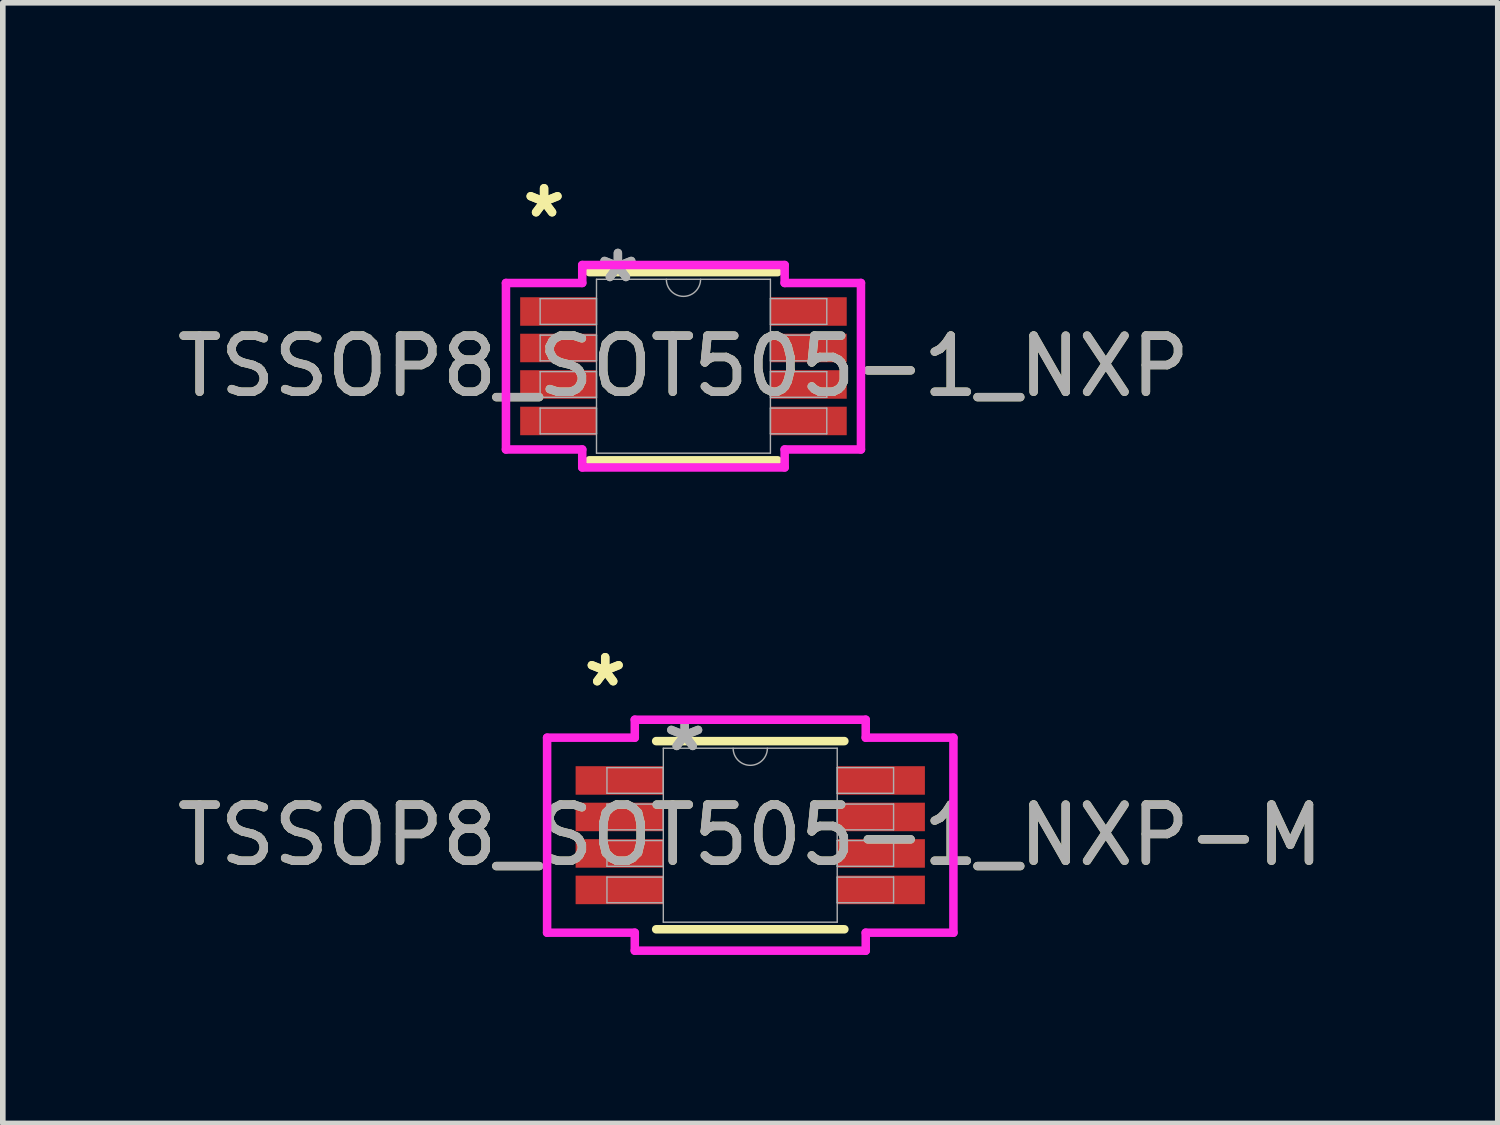
<source format=kicad_pcb>
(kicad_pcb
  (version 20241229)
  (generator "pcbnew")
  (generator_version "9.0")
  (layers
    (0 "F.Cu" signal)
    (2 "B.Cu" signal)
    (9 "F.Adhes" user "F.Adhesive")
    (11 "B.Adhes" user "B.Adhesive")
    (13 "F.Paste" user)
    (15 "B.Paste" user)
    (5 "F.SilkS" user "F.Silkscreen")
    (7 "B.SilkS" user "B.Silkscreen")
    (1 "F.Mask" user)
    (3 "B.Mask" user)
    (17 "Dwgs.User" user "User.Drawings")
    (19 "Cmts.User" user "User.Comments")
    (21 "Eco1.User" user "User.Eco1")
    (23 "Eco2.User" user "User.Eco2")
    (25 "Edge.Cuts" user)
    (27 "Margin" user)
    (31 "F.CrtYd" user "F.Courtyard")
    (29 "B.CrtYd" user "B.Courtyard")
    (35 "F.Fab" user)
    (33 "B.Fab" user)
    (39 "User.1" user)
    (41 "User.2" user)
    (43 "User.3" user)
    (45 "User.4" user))
  (footprint "TSSOP8_SOT505-1_NXP"
    (layer "F.Cu")
    (at 9.125 3.474)
    (property "Reference" "TSSOP8_SOT505-1_NXP" (at 0 0 0) (unlocked yes) (layer "F.SilkS") (effects (font (size 1 1) (thickness 0.15))))
    (attr smd)
    (fp_line (start -1.676 1.676) (end 1.676 1.676) (stroke (width 0.152) (type solid)) (layer "F.SilkS"))
    (fp_line (start 1.676 -1.676) (end -1.676 -1.676) (stroke (width 0.152) (type solid)) (layer "F.SilkS"))
    (fp_line (start -3.162 -1.483) (end -1.803 -1.483) (stroke (width 0.152) (type solid)) (layer "F.CrtYd"))
    (fp_line (start -3.162 1.483) (end -3.162 -1.483) (stroke (width 0.152) (type solid)) (layer "F.CrtYd"))
    (fp_line (start -3.162 1.483) (end -1.803 1.483) (stroke (width 0.152) (type solid)) (layer "F.CrtYd"))
    (fp_line (start -1.803 -1.803) (end 1.803 -1.803) (stroke (width 0.152) (type solid)) (layer "F.CrtYd"))
    (fp_line (start -1.803 -1.483) (end -1.803 -1.803) (stroke (width 0.152) (type solid)) (layer "F.CrtYd"))
    (fp_line (start -1.803 1.803) (end -1.803 1.483) (stroke (width 0.152) (type solid)) (layer "F.CrtYd"))
    (fp_line (start 1.803 -1.803) (end 1.803 -1.483) (stroke (width 0.152) (type solid)) (layer "F.CrtYd"))
    (fp_line (start 1.803 1.483) (end 1.803 1.803) (stroke (width 0.152) (type solid)) (layer "F.CrtYd"))
    (fp_line (start 1.803 1.803) (end -1.803 1.803) (stroke (width 0.152) (type solid)) (layer "F.CrtYd"))
    (fp_line (start 3.162 -1.483) (end 1.803 -1.483) (stroke (width 0.152) (type solid)) (layer "F.CrtYd"))
    (fp_line (start 3.162 -1.483) (end 3.162 1.483) (stroke (width 0.152) (type solid)) (layer "F.CrtYd"))
    (fp_line (start 3.162 1.483) (end 1.803 1.483) (stroke (width 0.152) (type solid)) (layer "F.CrtYd"))
    (fp_line (start -2.553 -1.204) (end -2.553 -0.746) (stroke (width 0.025) (type solid)) (layer "F.Fab"))
    (fp_line (start -2.553 -0.746) (end -1.549 -0.746) (stroke (width 0.025) (type solid)) (layer "F.Fab"))
    (fp_line (start -2.553 -0.554) (end -2.553 -0.096) (stroke (width 0.025) (type solid)) (layer "F.Fab"))
    (fp_line (start -2.553 -0.096) (end -1.549 -0.096) (stroke (width 0.025) (type solid)) (layer "F.Fab"))
    (fp_line (start -2.553 0.096) (end -2.553 0.554) (stroke (width 0.025) (type solid)) (layer "F.Fab"))
    (fp_line (start -2.553 0.554) (end -1.549 0.554) (stroke (width 0.025) (type solid)) (layer "F.Fab"))
    (fp_line (start -2.553 0.746) (end -2.553 1.204) (stroke (width 0.025) (type solid)) (layer "F.Fab"))
    (fp_line (start -2.553 1.204) (end -1.549 1.204) (stroke (width 0.025) (type solid)) (layer "F.Fab"))
    (fp_line (start -1.549 -1.549) (end -1.549 1.549) (stroke (width 0.025) (type solid)) (layer "F.Fab"))
    (fp_line (start -1.549 -1.204) (end -2.553 -1.204) (stroke (width 0.025) (type solid)) (layer "F.Fab"))
    (fp_line (start -1.549 -0.746) (end -1.549 -1.204) (stroke (width 0.025) (type solid)) (layer "F.Fab"))
    (fp_line (start -1.549 -0.554) (end -2.553 -0.554) (stroke (width 0.025) (type solid)) (layer "F.Fab"))
    (fp_line (start -1.549 -0.096) (end -1.549 -0.554) (stroke (width 0.025) (type solid)) (layer "F.Fab"))
    (fp_line (start -1.549 0.096) (end -2.553 0.096) (stroke (width 0.025) (type solid)) (layer "F.Fab"))
    (fp_line (start -1.549 0.554) (end -1.549 0.096) (stroke (width 0.025) (type solid)) (layer "F.Fab"))
    (fp_line (start -1.549 0.746) (end -2.553 0.746) (stroke (width 0.025) (type solid)) (layer "F.Fab"))
    (fp_line (start -1.549 1.204) (end -1.549 0.746) (stroke (width 0.025) (type solid)) (layer "F.Fab"))
    (fp_line (start -1.549 1.549) (end 1.549 1.549) (stroke (width 0.025) (type solid)) (layer "F.Fab"))
    (fp_line (start 1.549 -1.549) (end -1.549 -1.549) (stroke (width 0.025) (type solid)) (layer "F.Fab"))
    (fp_line (start 1.549 -1.204) (end 1.549 -0.746) (stroke (width 0.025) (type solid)) (layer "F.Fab"))
    (fp_line (start 1.549 -0.746) (end 2.553 -0.746) (stroke (width 0.025) (type solid)) (layer "F.Fab"))
    (fp_line (start 1.549 -0.554) (end 1.549 -0.096) (stroke (width 0.025) (type solid)) (layer "F.Fab"))
    (fp_line (start 1.549 -0.096) (end 2.553 -0.096) (stroke (width 0.025) (type solid)) (layer "F.Fab"))
    (fp_line (start 1.549 0.096) (end 1.549 0.554) (stroke (width 0.025) (type solid)) (layer "F.Fab"))
    (fp_line (start 1.549 0.554) (end 2.553 0.554) (stroke (width 0.025) (type solid)) (layer "F.Fab"))
    (fp_line (start 1.549 0.746) (end 1.549 1.204) (stroke (width 0.025) (type solid)) (layer "F.Fab"))
    (fp_line (start 1.549 1.204) (end 2.553 1.204) (stroke (width 0.025) (type solid)) (layer "F.Fab"))
    (fp_line (start 1.549 1.549) (end 1.549 -1.549) (stroke (width 0.025) (type solid)) (layer "F.Fab"))
    (fp_line (start 2.553 -1.204) (end 1.549 -1.204) (stroke (width 0.025) (type solid)) (layer "F.Fab"))
    (fp_line (start 2.553 -0.746) (end 2.553 -1.204) (stroke (width 0.025) (type solid)) (layer "F.Fab"))
    (fp_line (start 2.553 -0.554) (end 1.549 -0.554) (stroke (width 0.025) (type solid)) (layer "F.Fab"))
    (fp_line (start 2.553 -0.096) (end 2.553 -0.554) (stroke (width 0.025) (type solid)) (layer "F.Fab"))
    (fp_line (start 2.553 0.096) (end 1.549 0.096) (stroke (width 0.025) (type solid)) (layer "F.Fab"))
    (fp_line (start 2.553 0.554) (end 2.553 0.096) (stroke (width 0.025) (type solid)) (layer "F.Fab"))
    (fp_line (start 2.553 0.746) (end 1.549 0.746) (stroke (width 0.025) (type solid)) (layer "F.Fab"))
    (fp_line (start 2.553 1.204) (end 2.553 0.746) (stroke (width 0.025) (type solid)) (layer "F.Fab"))
    (fp_arc (start 0.3048 -1.5494) (mid 0 -1.2446) (end -0.3048 -1.5494) (stroke (width 0.0254) (type solid)) (layer "F.Fab"))
    (fp_text user "*" (at -2.483 -2.626 0) (unlocked yes) (layer "F.SilkS") (effects (font (size 1 1) (thickness 0.15))))
    (fp_text user "*" (at -2.483 -2.626 0) (layer "F.SilkS") (effects (font (size 1 1) (thickness 0.15))))
    (fp_text user "${REFERENCE}" (at 0 0 0) (unlocked yes) (layer "F.Fab") (effects (font (size 1 1) (thickness 0.15))))
    (fp_text user "*" (at -1.168 -1.473 0) (layer "F.Fab") (effects (font (size 1 1) (thickness 0.15))))
    (fp_text user "*" (at -1.168 -1.473 0) (unlocked yes) (layer "F.Fab") (effects (font (size 1 1) (thickness 0.15))))
    (pad "1" smd rect (at -2.229 -0.975) (size 1.359 0.508) (layers "F.Cu" "F.Mask" "F.Paste"))
    (pad "2" smd rect (at -2.229 -0.325) (size 1.359 0.508) (layers "F.Cu" "F.Mask" "F.Paste"))
    (pad "3" smd rect (at -2.229 0.325) (size 1.359 0.508) (layers "F.Cu" "F.Mask" "F.Paste"))
    (pad "4" smd rect (at -2.229 0.975) (size 1.359 0.508) (layers "F.Cu" "F.Mask" "F.Paste"))
    (pad "5" smd rect (at 2.229 0.975) (size 1.359 0.508) (layers "F.Cu" "F.Mask" "F.Paste"))
    (pad "6" smd rect (at 2.229 0.325) (size 1.359 0.508) (layers "F.Cu" "F.Mask" "F.Paste"))
    (pad "7" smd rect (at 2.229 -0.325) (size 1.359 0.508) (layers "F.Cu" "F.Mask" "F.Paste"))
    (pad "8" smd rect (at 2.229 -0.975) (size 1.359 0.508) (layers "F.Cu" "F.Mask" "F.Paste")))
  (footprint "TSSOP8_SOT505-1_NXP-M"
    (layer "F.Cu")
    (at 10.315 11.828)
    (property "Reference" "TSSOP8_SOT505-1_NXP-M" (at 0 0 0) (unlocked yes) (layer "F.SilkS") (effects (font (size 1 1) (thickness 0.15))))
    (attr smd)
    (fp_line (start -1.676 1.676) (end 1.676 1.676) (stroke (width 0.152) (type solid)) (layer "F.SilkS"))
    (fp_line (start 1.676 -1.676) (end -1.676 -1.676) (stroke (width 0.152) (type solid)) (layer "F.SilkS"))
    (fp_line (start -3.619 -1.737) (end -2.057 -1.737) (stroke (width 0.152) (type solid)) (layer "F.CrtYd"))
    (fp_line (start -3.619 1.737) (end -3.619 -1.737) (stroke (width 0.152) (type solid)) (layer "F.CrtYd"))
    (fp_line (start -3.619 1.737) (end -2.057 1.737) (stroke (width 0.152) (type solid)) (layer "F.CrtYd"))
    (fp_line (start -2.057 -2.057) (end 2.057 -2.057) (stroke (width 0.152) (type solid)) (layer "F.CrtYd"))
    (fp_line (start -2.057 -1.737) (end -2.057 -2.057) (stroke (width 0.152) (type solid)) (layer "F.CrtYd"))
    (fp_line (start -2.057 2.057) (end -2.057 1.737) (stroke (width 0.152) (type solid)) (layer "F.CrtYd"))
    (fp_line (start 2.057 -2.057) (end 2.057 -1.737) (stroke (width 0.152) (type solid)) (layer "F.CrtYd"))
    (fp_line (start 2.057 1.737) (end 2.057 2.057) (stroke (width 0.152) (type solid)) (layer "F.CrtYd"))
    (fp_line (start 2.057 2.057) (end -2.057 2.057) (stroke (width 0.152) (type solid)) (layer "F.CrtYd"))
    (fp_line (start 3.619 -1.737) (end 2.057 -1.737) (stroke (width 0.152) (type solid)) (layer "F.CrtYd"))
    (fp_line (start 3.619 -1.737) (end 3.619 1.737) (stroke (width 0.152) (type solid)) (layer "F.CrtYd"))
    (fp_line (start 3.619 1.737) (end 2.057 1.737) (stroke (width 0.152) (type solid)) (layer "F.CrtYd"))
    (fp_line (start -2.553 -1.204) (end -2.553 -0.746) (stroke (width 0.025) (type solid)) (layer "F.Fab"))
    (fp_line (start -2.553 -0.746) (end -1.549 -0.746) (stroke (width 0.025) (type solid)) (layer "F.Fab"))
    (fp_line (start -2.553 -0.554) (end -2.553 -0.096) (stroke (width 0.025) (type solid)) (layer "F.Fab"))
    (fp_line (start -2.553 -0.096) (end -1.549 -0.096) (stroke (width 0.025) (type solid)) (layer "F.Fab"))
    (fp_line (start -2.553 0.096) (end -2.553 0.554) (stroke (width 0.025) (type solid)) (layer "F.Fab"))
    (fp_line (start -2.553 0.554) (end -1.549 0.554) (stroke (width 0.025) (type solid)) (layer "F.Fab"))
    (fp_line (start -2.553 0.746) (end -2.553 1.204) (stroke (width 0.025) (type solid)) (layer "F.Fab"))
    (fp_line (start -2.553 1.204) (end -1.549 1.204) (stroke (width 0.025) (type solid)) (layer "F.Fab"))
    (fp_line (start -1.549 -1.549) (end -1.549 1.549) (stroke (width 0.025) (type solid)) (layer "F.Fab"))
    (fp_line (start -1.549 -1.204) (end -2.553 -1.204) (stroke (width 0.025) (type solid)) (layer "F.Fab"))
    (fp_line (start -1.549 -0.746) (end -1.549 -1.204) (stroke (width 0.025) (type solid)) (layer "F.Fab"))
    (fp_line (start -1.549 -0.554) (end -2.553 -0.554) (stroke (width 0.025) (type solid)) (layer "F.Fab"))
    (fp_line (start -1.549 -0.096) (end -1.549 -0.554) (stroke (width 0.025) (type solid)) (layer "F.Fab"))
    (fp_line (start -1.549 0.096) (end -2.553 0.096) (stroke (width 0.025) (type solid)) (layer "F.Fab"))
    (fp_line (start -1.549 0.554) (end -1.549 0.096) (stroke (width 0.025) (type solid)) (layer "F.Fab"))
    (fp_line (start -1.549 0.746) (end -2.553 0.746) (stroke (width 0.025) (type solid)) (layer "F.Fab"))
    (fp_line (start -1.549 1.204) (end -1.549 0.746) (stroke (width 0.025) (type solid)) (layer "F.Fab"))
    (fp_line (start -1.549 1.549) (end 1.549 1.549) (stroke (width 0.025) (type solid)) (layer "F.Fab"))
    (fp_line (start 1.549 -1.549) (end -1.549 -1.549) (stroke (width 0.025) (type solid)) (layer "F.Fab"))
    (fp_line (start 1.549 -1.204) (end 1.549 -0.746) (stroke (width 0.025) (type solid)) (layer "F.Fab"))
    (fp_line (start 1.549 -0.746) (end 2.553 -0.746) (stroke (width 0.025) (type solid)) (layer "F.Fab"))
    (fp_line (start 1.549 -0.554) (end 1.549 -0.096) (stroke (width 0.025) (type solid)) (layer "F.Fab"))
    (fp_line (start 1.549 -0.096) (end 2.553 -0.096) (stroke (width 0.025) (type solid)) (layer "F.Fab"))
    (fp_line (start 1.549 0.096) (end 1.549 0.554) (stroke (width 0.025) (type solid)) (layer "F.Fab"))
    (fp_line (start 1.549 0.554) (end 2.553 0.554) (stroke (width 0.025) (type solid)) (layer "F.Fab"))
    (fp_line (start 1.549 0.746) (end 1.549 1.204) (stroke (width 0.025) (type solid)) (layer "F.Fab"))
    (fp_line (start 1.549 1.204) (end 2.553 1.204) (stroke (width 0.025) (type solid)) (layer "F.Fab"))
    (fp_line (start 1.549 1.549) (end 1.549 -1.549) (stroke (width 0.025) (type solid)) (layer "F.Fab"))
    (fp_line (start 2.553 -1.204) (end 1.549 -1.204) (stroke (width 0.025) (type solid)) (layer "F.Fab"))
    (fp_line (start 2.553 -0.746) (end 2.553 -1.204) (stroke (width 0.025) (type solid)) (layer "F.Fab"))
    (fp_line (start 2.553 -0.554) (end 1.549 -0.554) (stroke (width 0.025) (type solid)) (layer "F.Fab"))
    (fp_line (start 2.553 -0.096) (end 2.553 -0.554) (stroke (width 0.025) (type solid)) (layer "F.Fab"))
    (fp_line (start 2.553 0.096) (end 1.549 0.096) (stroke (width 0.025) (type solid)) (layer "F.Fab"))
    (fp_line (start 2.553 0.554) (end 2.553 0.096) (stroke (width 0.025) (type solid)) (layer "F.Fab"))
    (fp_line (start 2.553 0.746) (end 1.549 0.746) (stroke (width 0.025) (type solid)) (layer "F.Fab"))
    (fp_line (start 2.553 1.204) (end 2.553 0.746) (stroke (width 0.025) (type solid)) (layer "F.Fab"))
    (fp_arc (start 0.3048 -1.5494) (mid 0 -1.2446) (end -0.3048 -1.5494) (stroke (width 0.0254) (type solid)) (layer "F.Fab"))
    (fp_text user "*" (at -2.584 -2.626 0) (layer "F.SilkS") (effects (font (size 1 1) (thickness 0.15))))
    (fp_text user "*" (at -2.584 -2.626 0) (unlocked yes) (layer "F.SilkS") (effects (font (size 1 1) (thickness 0.15))))
    (fp_text user "${REFERENCE}" (at 0 0 0) (unlocked yes) (layer "F.Fab") (effects (font (size 1 1) (thickness 0.15))))
    (fp_text user "*" (at -1.168 -1.473 0) (unlocked yes) (layer "F.Fab") (effects (font (size 1 1) (thickness 0.15))))
    (fp_text user "*" (at -1.168 -1.473 0) (layer "F.Fab") (effects (font (size 1 1) (thickness 0.15))))
    (pad "1" smd rect (at -2.33 -0.975) (size 1.562 0.508) (layers "F.Cu" "F.Mask" "F.Paste"))
    (pad "2" smd rect (at -2.33 -0.325) (size 1.562 0.508) (layers "F.Cu" "F.Mask" "F.Paste"))
    (pad "3" smd rect (at -2.33 0.325) (size 1.562 0.508) (layers "F.Cu" "F.Mask" "F.Paste"))
    (pad "4" smd rect (at -2.33 0.975) (size 1.562 0.508) (layers "F.Cu" "F.Mask" "F.Paste"))
    (pad "5" smd rect (at 2.33 0.975) (size 1.562 0.508) (layers "F.Cu" "F.Mask" "F.Paste"))
    (pad "6" smd rect (at 2.33 0.325) (size 1.562 0.508) (layers "F.Cu" "F.Mask" "F.Paste"))
    (pad "7" smd rect (at 2.33 -0.325) (size 1.562 0.508) (layers "F.Cu" "F.Mask" "F.Paste"))
    (pad "8" smd rect (at 2.33 -0.975) (size 1.562 0.508) (layers "F.Cu" "F.Mask" "F.Paste")))
  (gr_rect
    (start -3 -3)
    (end 23.631 16.962)
    (stroke (width 0.1) (type default))
    (fill no)
    (layer "Edge.Cuts")))
</source>
